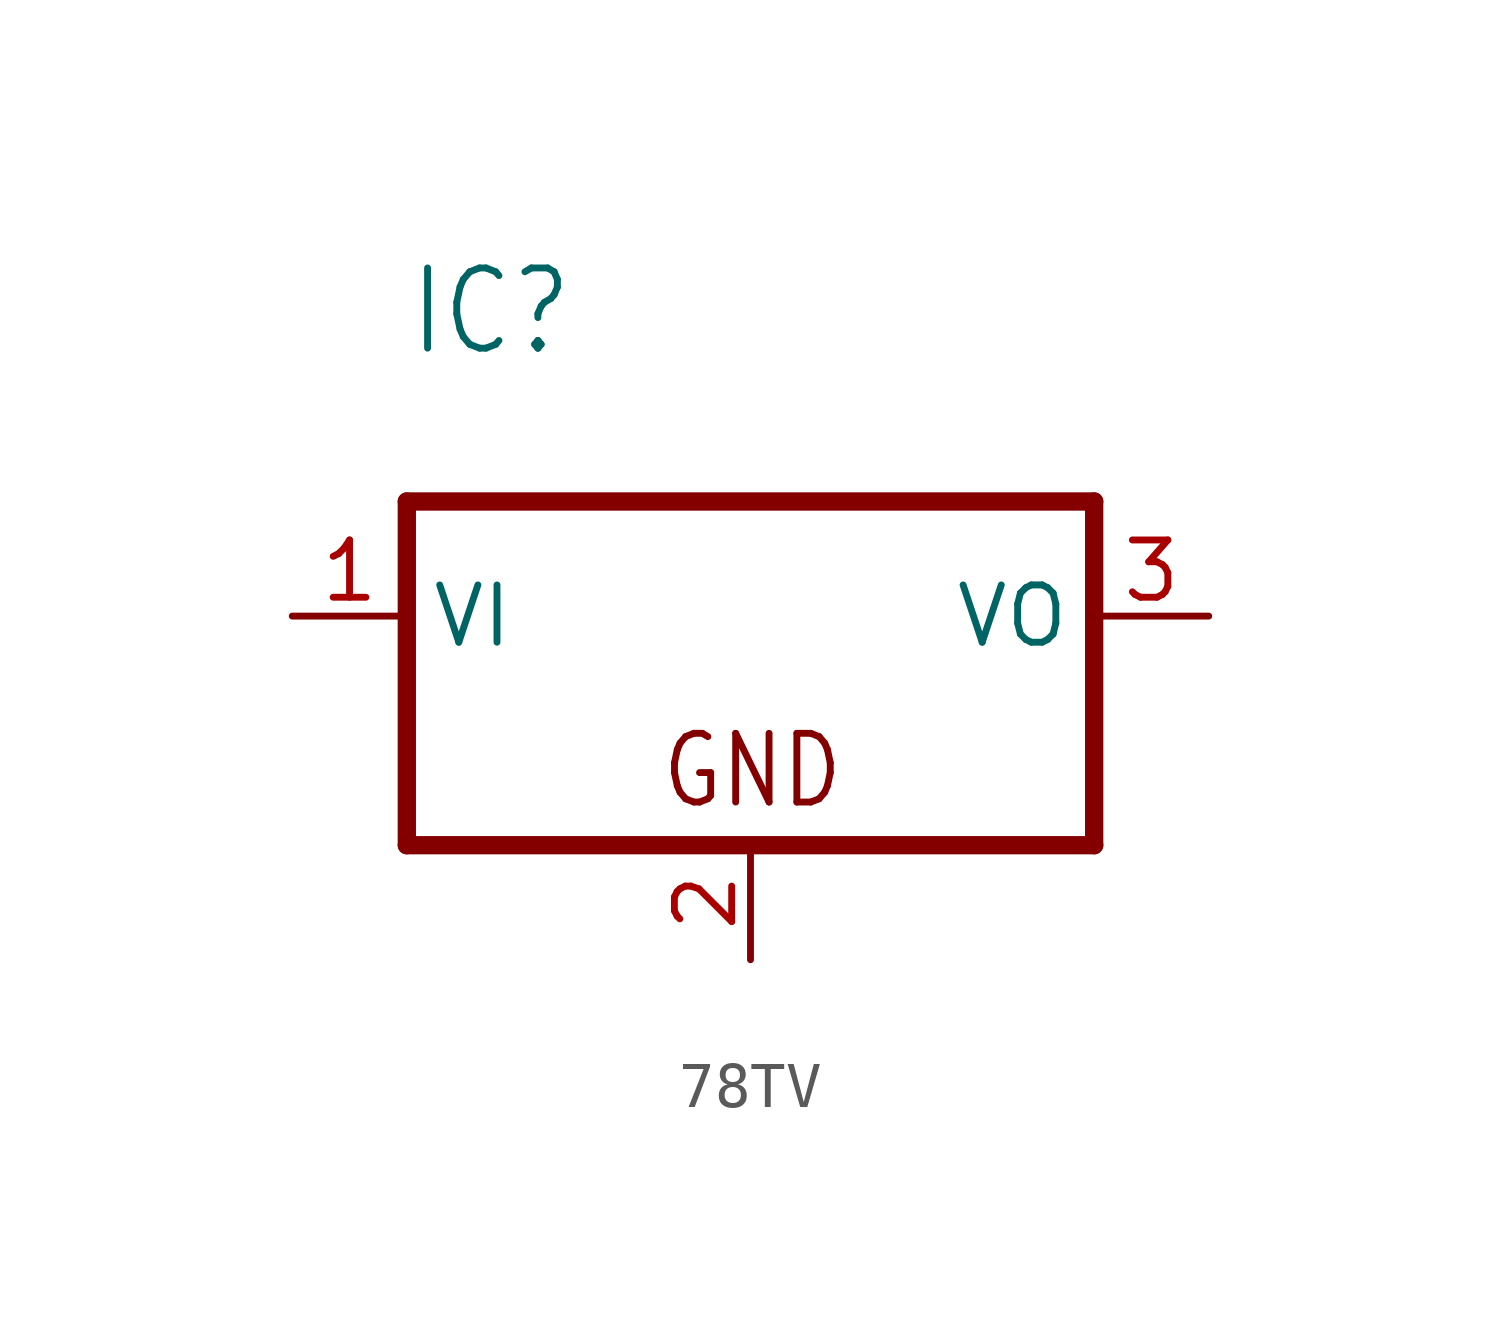
<source format=kicad_sym>
(kicad_symbol_lib
  (version 20231120)
  (generator "kicad_symbol_editor")
  (generator_version "8.0")
  (symbol "78TV"
    (property "Reference" "IC"
      (at -7.62 5.715 0)
      (effects (font (size 1.778 1.511)) (justify left bottom)))
    (property "Value" ""
      (at -7.62 3.175 0)
      (effects (font (size 1.778 1.511)) (justify left bottom)))
    (property "ki_locked" ""
      (at 0 0 0)
      (effects (font (size 1.27 1.27))))
    (symbol "78TV_1_0"
      (polyline (pts (xy -7.62 -5.08) (xy 7.62 -5.08)) (stroke (width 0.406) (type solid)) (fill (type none)))
      (polyline (pts (xy -7.62 2.54) (xy -7.62 -5.08)) (stroke (width 0.406) (type solid)) (fill (type none)))
      (polyline (pts (xy 7.62 -5.08) (xy 7.62 2.54)) (stroke (width 0.406) (type solid)) (fill (type none)))
      (polyline (pts (xy 7.62 2.54) (xy -7.62 2.54)) (stroke (width 0.406) (type solid)) (fill (type none)))
      (text "GND" (at -2.032 -4.318 0) (effects (font (size 1.524 1.295)) (justify left bottom)))
      (pin input line (at -10.16 0 0) (length 2.54) (name "VI" (effects (font (size 1.27 1.27)))) (number "1" (effects (font (size 1.27 1.27)))))
      (pin passive line (at 0 -7.62 90) (length 2.54) (name "GND" (effects (font (size 0 0)))) (number "2" (effects (font (size 1.27 1.27)))))
      (pin passive line (at 10.16 0 180) (length 2.54) (name "VO" (effects (font (size 1.27 1.27)))) (number "3" (effects (font (size 1.27 1.27))))))))
</source>
